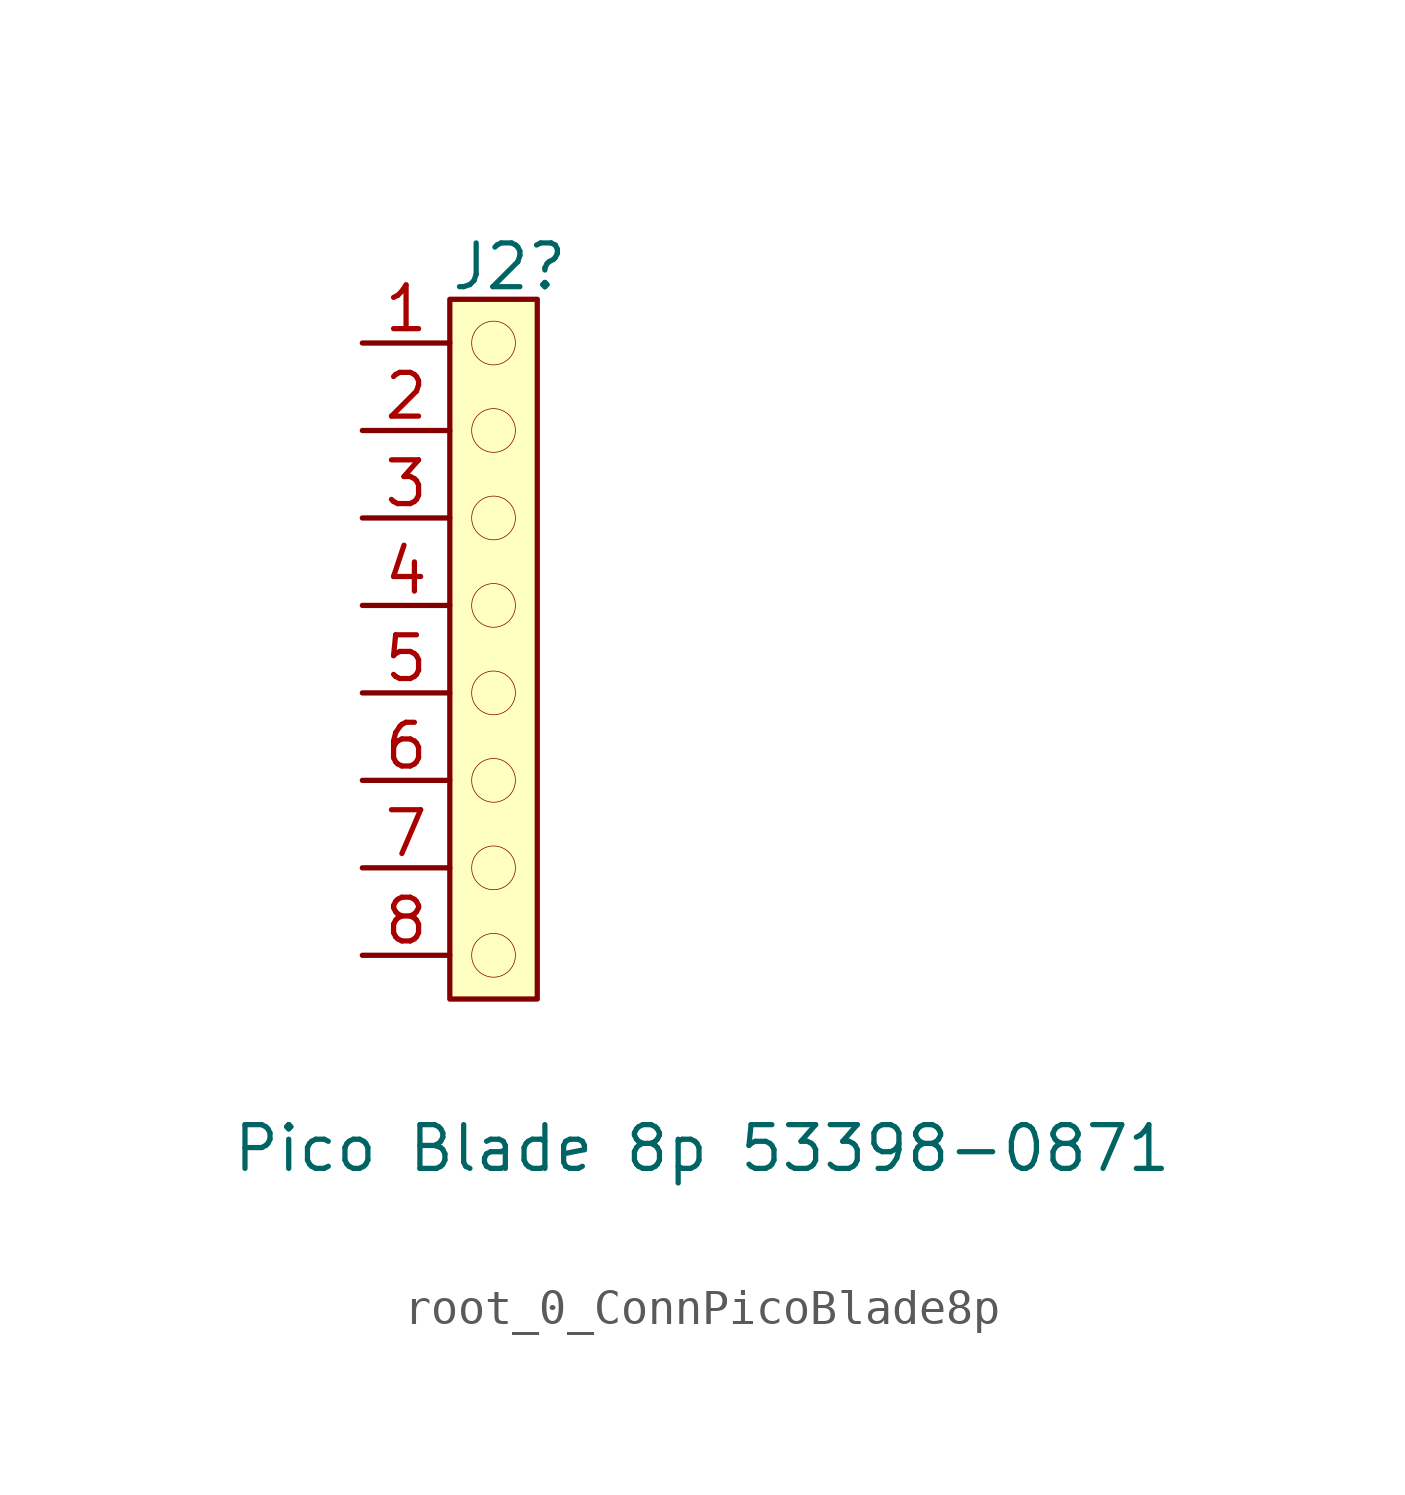
<source format=kicad_sym>
(kicad_symbol_lib
  (version 20220914)
  (generator kicad_symbol_editor)
  (symbol "root_0_ConnPicoBlade8p"
    (property "Reference" "J2"
      (at 0 0.203 0)
      (effects (font (size 1.27 1.27)) (justify left bottom)))
    (property "Value" "Pico Blade 8p 53398-0871"
      (at -6.35 -25.4 0)
      (effects (font (size 1.27 1.27)) (justify left bottom)))
    (symbol "root_0_ConnPicoBlade8p_1_0"
      (circle (center 1.27 -19.05) (radius 0.635) (stroke (width 0.0001) (type solid)) (fill (type color) (color 192 192 192 1)))
      (circle (center 1.27 -16.51) (radius 0.635) (stroke (width 0.0001) (type solid)) (fill (type color) (color 192 192 192 1)))
      (circle (center 1.27 -13.97) (radius 0.635) (stroke (width 0.0001) (type solid)) (fill (type color) (color 192 192 192 1)))
      (circle (center 1.27 -11.43) (radius 0.635) (stroke (width 0.0001) (type solid)) (fill (type color) (color 192 192 192 1)))
      (circle (center 1.27 -8.89) (radius 0.635) (stroke (width 0.0001) (type solid)) (fill (type color) (color 192 192 192 1)))
      (circle (center 1.27 -6.35) (radius 0.635) (stroke (width 0.0001) (type solid)) (fill (type color) (color 192 192 192 1)))
      (circle (center 1.27 -3.81) (radius 0.635) (stroke (width 0.0001) (type solid)) (fill (type color) (color 192 192 192 1)))
      (circle (center 1.27 -1.27) (radius 0.635) (stroke (width 0.0001) (type solid)) (fill (type color) (color 192 192 192 1)))
      (rectangle (start 2.54 0) (end 0 -20.32) (stroke (width 0) (type solid)) (fill (type background)))
      (pin passive line (at -2.54 -1.27 0) (length 2.54) (name "1" (effects (font (size 0 0)))) (number "1" (effects (font (size 1.27 1.27)))))
      (pin passive line (at -2.54 -3.81 0) (length 2.54) (name "2" (effects (font (size 0 0)))) (number "2" (effects (font (size 1.27 1.27)))))
      (pin passive line (at -2.54 -6.35 0) (length 2.54) (name "3" (effects (font (size 0 0)))) (number "3" (effects (font (size 1.27 1.27)))))
      (pin passive line (at -2.54 -8.89 0) (length 2.54) (name "4" (effects (font (size 0 0)))) (number "4" (effects (font (size 1.27 1.27)))))
      (pin passive line (at -2.54 -11.43 0) (length 2.54) (name "5" (effects (font (size 0 0)))) (number "5" (effects (font (size 1.27 1.27)))))
      (pin passive line (at -2.54 -13.97 0) (length 2.54) (name "6" (effects (font (size 0 0)))) (number "6" (effects (font (size 1.27 1.27)))))
      (pin passive line (at -2.54 -16.51 0) (length 2.54) (name "7" (effects (font (size 0 0)))) (number "7" (effects (font (size 1.27 1.27)))))
      (pin passive line (at -2.54 -19.05 0) (length 2.54) (name "8" (effects (font (size 0 0)))) (number "8" (effects (font (size 1.27 1.27))))))))
</source>
